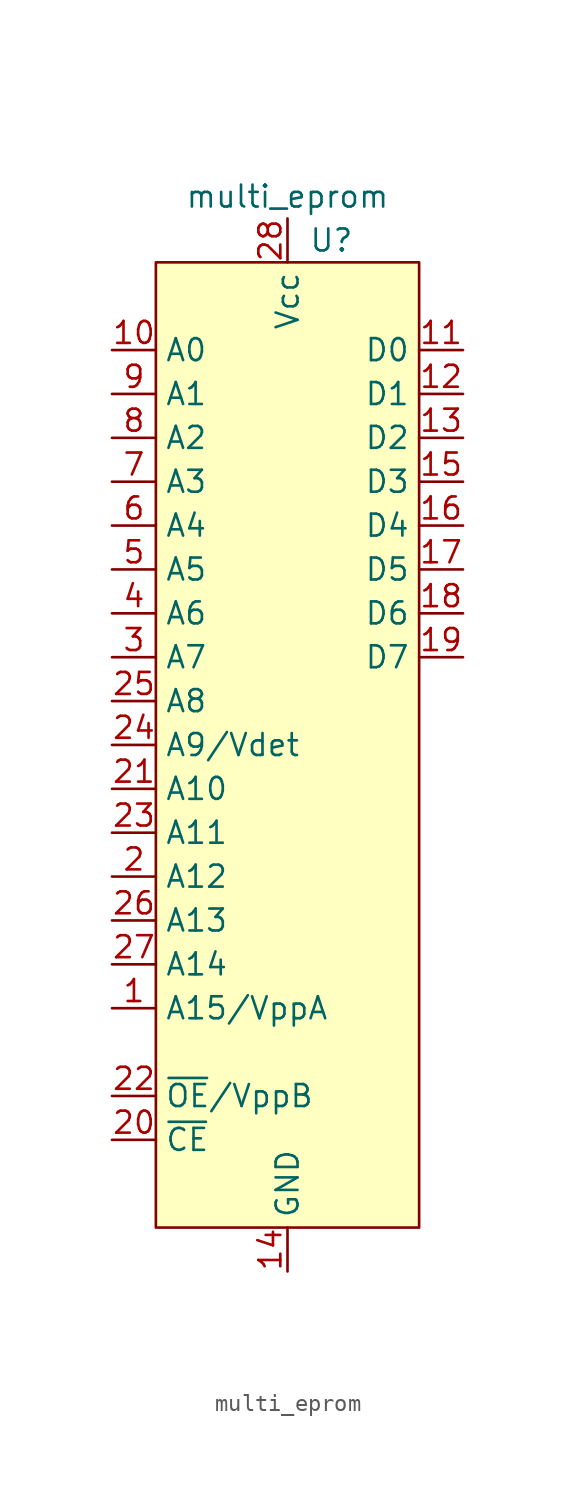
<source format=kicad_sym>
(kicad_symbol_lib
  (version 20220914)
  (generator kicad_symbol_editor)
  (symbol "multi_eprom"
    (property "Reference" "U"
      (at 2.54 22.86 0)
      (effects (font (size 1.27 1.27))))
    (property "Value" "multi_eprom"
      (at 0 25.4 0)
      (effects (font (size 1.27 1.27))))
    (symbol "multi_eprom_1_1"
      (rectangle (start -7.62 21.59) (end 7.62 -34.29) (stroke (width 0) (type default)) (fill (type background)))
      (pin input line (at -10.16 -21.59 0) (length 2.54) (name "A15/VppA" (effects (font (size 1.27 1.27)))) (number "1" (effects (font (size 1.27 1.27)))))
      (pin input line (at -10.16 16.51 0) (length 2.54) (name "A0" (effects (font (size 1.27 1.27)))) (number "10" (effects (font (size 1.27 1.27)))))
      (pin bidirectional line (at 10.16 16.51 180) (length 2.54) (name "D0" (effects (font (size 1.27 1.27)))) (number "11" (effects (font (size 1.27 1.27)))))
      (pin bidirectional line (at 10.16 13.97 180) (length 2.54) (name "D1" (effects (font (size 1.27 1.27)))) (number "12" (effects (font (size 1.27 1.27)))))
      (pin bidirectional line (at 10.16 11.43 180) (length 2.54) (name "D2" (effects (font (size 1.27 1.27)))) (number "13" (effects (font (size 1.27 1.27)))))
      (pin input line (at 0 -36.83 90) (length 2.54) (name "GND" (effects (font (size 1.27 1.27)))) (number "14" (effects (font (size 1.27 1.27)))))
      (pin bidirectional line (at 10.16 8.89 180) (length 2.54) (name "D3" (effects (font (size 1.27 1.27)))) (number "15" (effects (font (size 1.27 1.27)))))
      (pin bidirectional line (at 10.16 6.35 180) (length 2.54) (name "D4" (effects (font (size 1.27 1.27)))) (number "16" (effects (font (size 1.27 1.27)))))
      (pin bidirectional line (at 10.16 3.81 180) (length 2.54) (name "D5" (effects (font (size 1.27 1.27)))) (number "17" (effects (font (size 1.27 1.27)))))
      (pin bidirectional line (at 10.16 1.27 180) (length 2.54) (name "D6" (effects (font (size 1.27 1.27)))) (number "18" (effects (font (size 1.27 1.27)))))
      (pin bidirectional line (at 10.16 -1.27 180) (length 2.54) (name "D7" (effects (font (size 1.27 1.27)))) (number "19" (effects (font (size 1.27 1.27)))))
      (pin input line (at -10.16 -13.97 0) (length 2.54) (name "A12" (effects (font (size 1.27 1.27)))) (number "2" (effects (font (size 1.27 1.27)))))
      (pin input line (at -10.16 -29.21 0) (length 2.54) (name "~{CE}" (effects (font (size 1.27 1.27)))) (number "20" (effects (font (size 1.27 1.27)))))
      (pin input line (at -10.16 -8.89 0) (length 2.54) (name "A10" (effects (font (size 1.27 1.27)))) (number "21" (effects (font (size 1.27 1.27)))))
      (pin input line (at -10.16 -26.67 0) (length 2.54) (name "~{OE}/VppB" (effects (font (size 1.27 1.27)))) (number "22" (effects (font (size 1.27 1.27)))))
      (pin input line (at -10.16 -11.43 0) (length 2.54) (name "A11" (effects (font (size 1.27 1.27)))) (number "23" (effects (font (size 1.27 1.27)))))
      (pin input line (at -10.16 -6.35 0) (length 2.54) (name "A9/Vdet" (effects (font (size 1.27 1.27)))) (number "24" (effects (font (size 1.27 1.27)))))
      (pin input line (at -10.16 -3.81 0) (length 2.54) (name "A8" (effects (font (size 1.27 1.27)))) (number "25" (effects (font (size 1.27 1.27)))))
      (pin input line (at -10.16 -16.51 0) (length 2.54) (name "A13" (effects (font (size 1.27 1.27)))) (number "26" (effects (font (size 1.27 1.27)))))
      (pin input line (at -10.16 -19.05 0) (length 2.54) (name "A14" (effects (font (size 1.27 1.27)))) (number "27" (effects (font (size 1.27 1.27)))))
      (pin input line (at 0 24.13 270) (length 2.54) (name "Vcc" (effects (font (size 1.27 1.27)))) (number "28" (effects (font (size 1.27 1.27)))))
      (pin input line (at -10.16 -1.27 0) (length 2.54) (name "A7" (effects (font (size 1.27 1.27)))) (number "3" (effects (font (size 1.27 1.27)))))
      (pin input line (at -10.16 1.27 0) (length 2.54) (name "A6" (effects (font (size 1.27 1.27)))) (number "4" (effects (font (size 1.27 1.27)))))
      (pin input line (at -10.16 3.81 0) (length 2.54) (name "A5" (effects (font (size 1.27 1.27)))) (number "5" (effects (font (size 1.27 1.27)))))
      (pin input line (at -10.16 6.35 0) (length 2.54) (name "A4" (effects (font (size 1.27 1.27)))) (number "6" (effects (font (size 1.27 1.27)))))
      (pin input line (at -10.16 8.89 0) (length 2.54) (name "A3" (effects (font (size 1.27 1.27)))) (number "7" (effects (font (size 1.27 1.27)))))
      (pin input line (at -10.16 11.43 0) (length 2.54) (name "A2" (effects (font (size 1.27 1.27)))) (number "8" (effects (font (size 1.27 1.27)))))
      (pin input line (at -10.16 13.97 0) (length 2.54) (name "A1" (effects (font (size 1.27 1.27)))) (number "9" (effects (font (size 1.27 1.27))))))))
</source>
